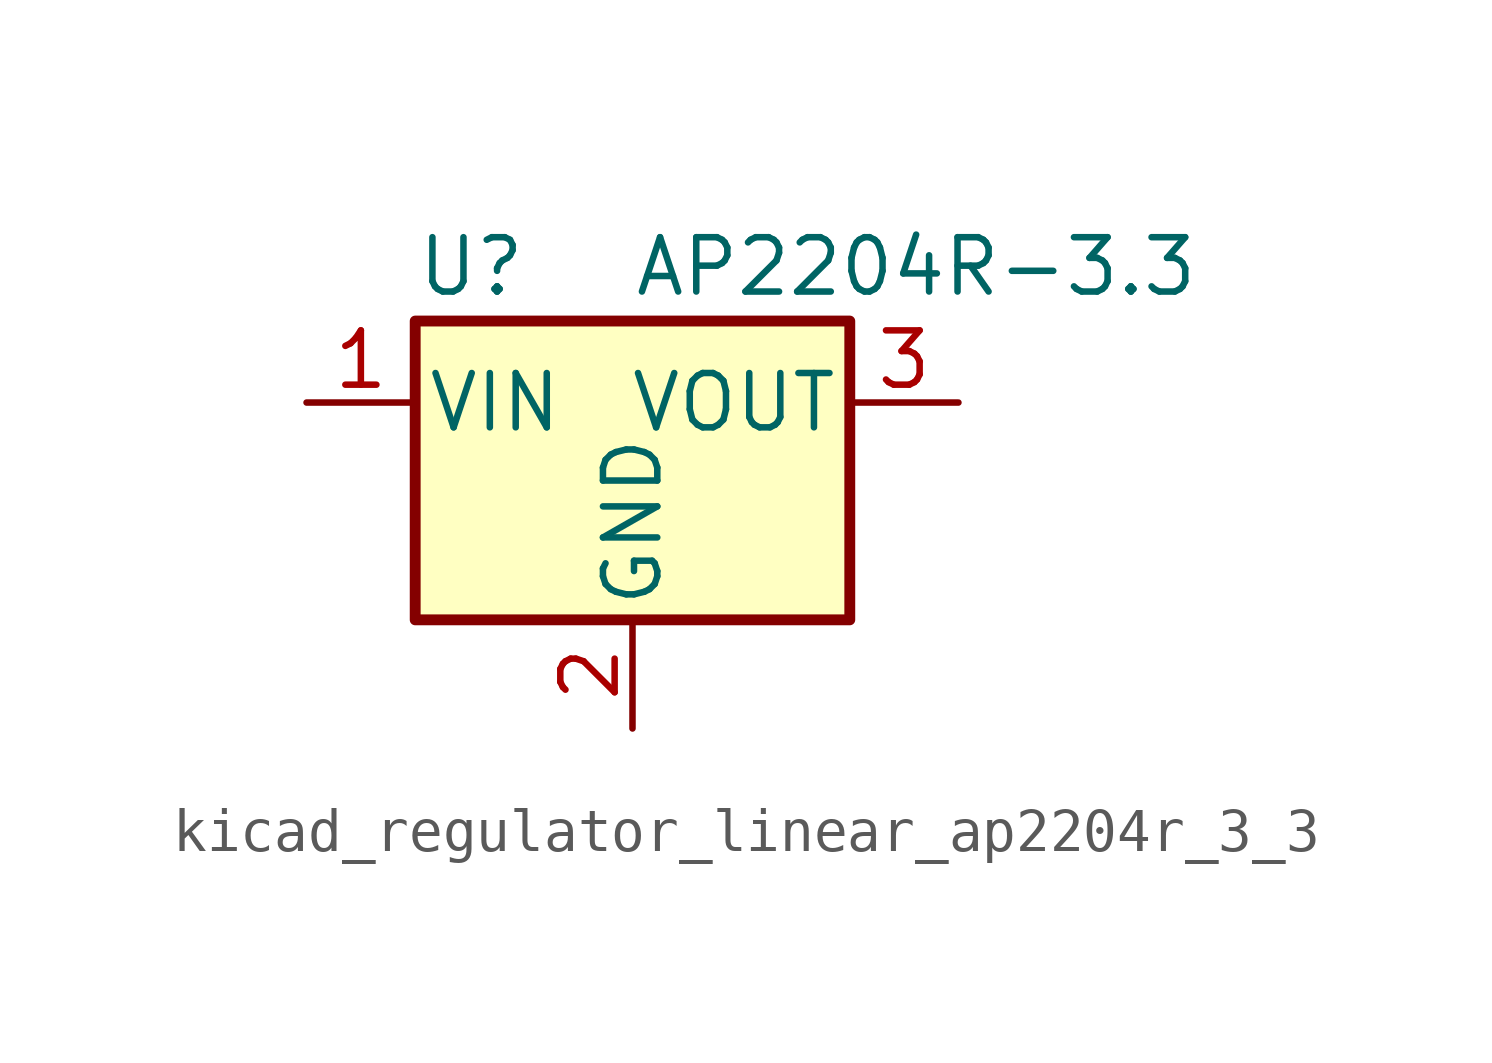
<source format=kicad_sym>
(kicad_symbol_lib
  (version 20220914)
  (generator kicad_symbol_editor)
  (symbol "kicad_regulator_linear_ap2204r_3_3"
    (pin_names
      (offset 0.254))
    (property "Reference" "U"
      (at -5.08 3.175 0)
      (effects (font (size 1.27 1.27)) (justify left)))
    (property "Value" "AP2204R-3.3"
      (at 0 3.175 0)
      (effects (font (size 1.27 1.27)) (justify left)))
    (symbol "kicad_regulator_linear_ap2204r_3_3_0_1"
      (rectangle (start -5.08 1.905) (end 5.08 -5.08) (stroke (width 0.254) (type default)) (fill (type background))))
    (symbol "kicad_regulator_linear_ap2204r_3_3_1_1"
      (pin power_in line (at -7.62 0 0) (length 2.54) (name "VIN" (effects (font (size 1.27 1.27)))) (number "1" (effects (font (size 1.27 1.27)))))
      (pin power_in line (at 0 -7.62 90) (length 2.54) (name "GND" (effects (font (size 1.27 1.27)))) (number "2" (effects (font (size 1.27 1.27)))))
      (pin power_out line (at 7.62 0 180) (length 2.54) (name "VOUT" (effects (font (size 1.27 1.27)))) (number "3" (effects (font (size 1.27 1.27))))))))
</source>
